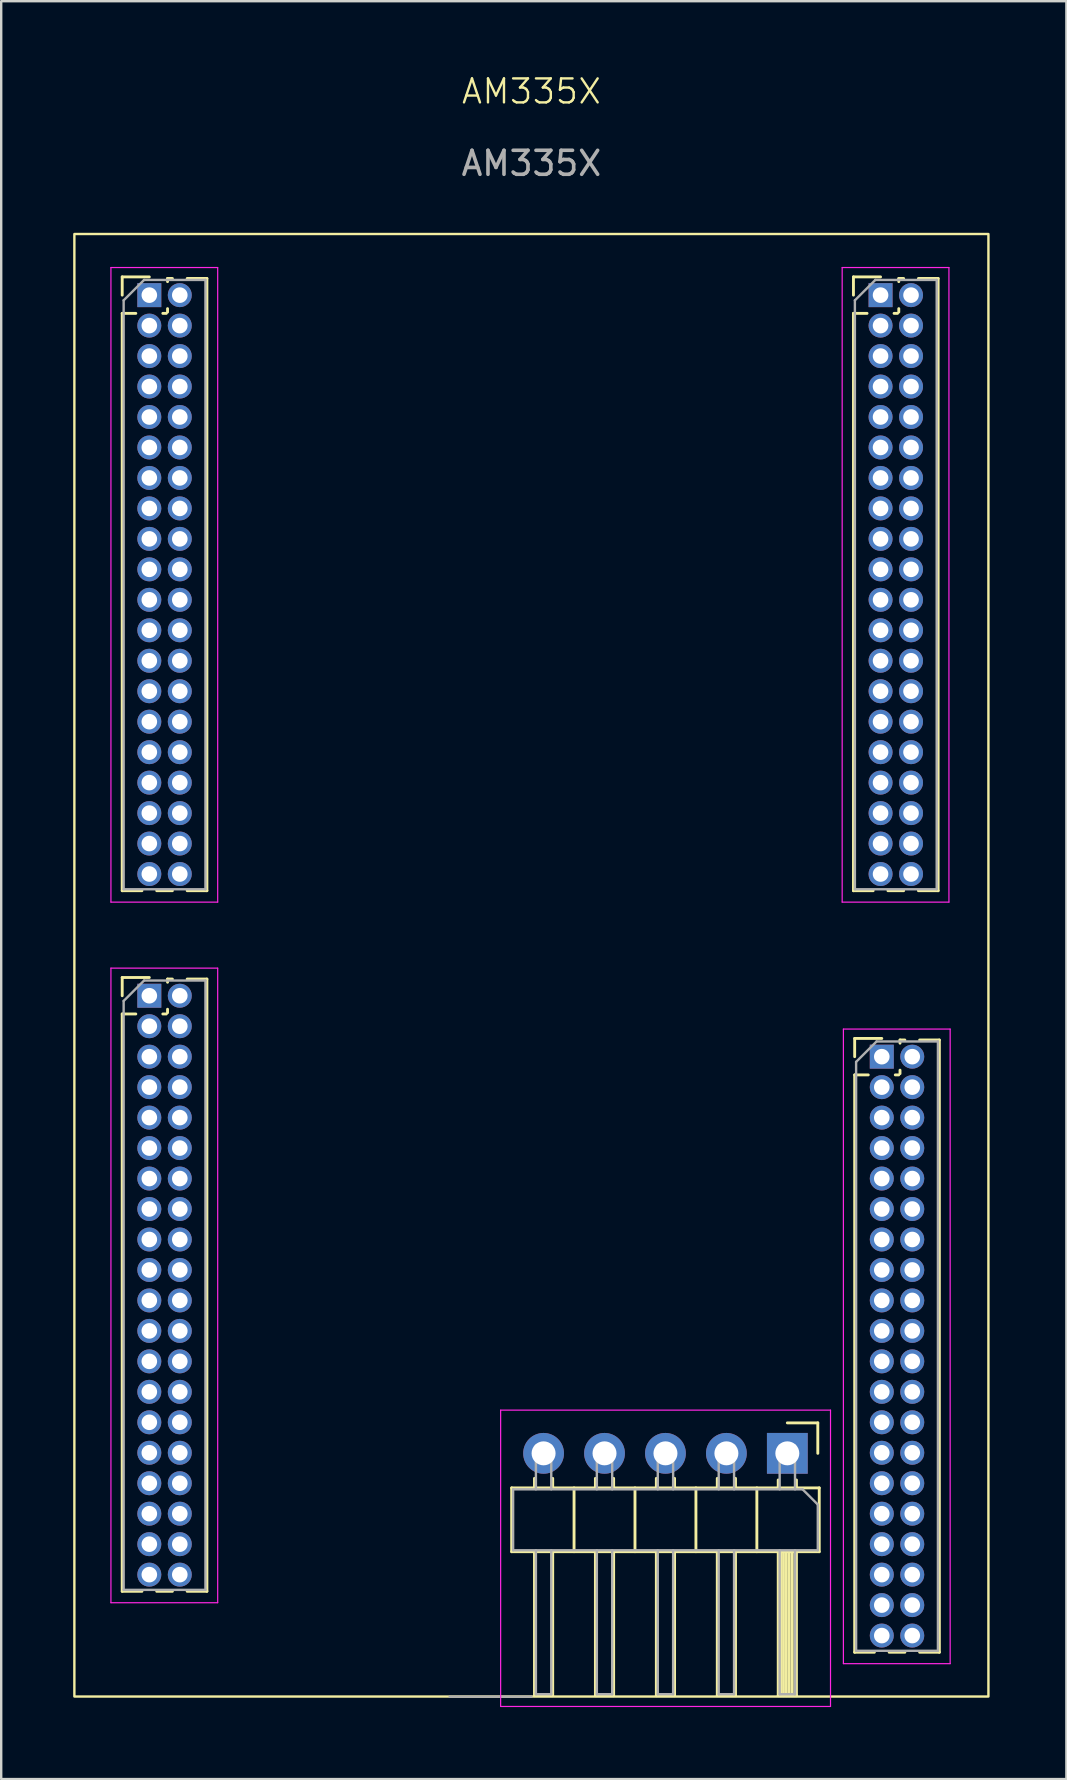
<source format=kicad_pcb>
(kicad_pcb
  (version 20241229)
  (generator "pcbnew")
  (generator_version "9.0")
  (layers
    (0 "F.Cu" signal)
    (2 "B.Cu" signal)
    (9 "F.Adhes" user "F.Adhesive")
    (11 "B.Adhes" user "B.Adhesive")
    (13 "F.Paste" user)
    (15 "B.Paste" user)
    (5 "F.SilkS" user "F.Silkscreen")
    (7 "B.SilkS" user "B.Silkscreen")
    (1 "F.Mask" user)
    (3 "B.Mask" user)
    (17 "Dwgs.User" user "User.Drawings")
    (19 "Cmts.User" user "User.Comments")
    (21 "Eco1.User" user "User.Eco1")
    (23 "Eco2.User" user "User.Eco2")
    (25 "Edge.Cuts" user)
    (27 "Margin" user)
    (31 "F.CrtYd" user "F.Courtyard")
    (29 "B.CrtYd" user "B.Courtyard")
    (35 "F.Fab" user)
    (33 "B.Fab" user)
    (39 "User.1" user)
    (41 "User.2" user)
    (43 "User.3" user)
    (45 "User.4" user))
  (footprint "AM335X"
    (layer "F.Cu")
    (at 38.15 67.665)
    (property "Reference" "AM335X" (at -19.05 -66.905 0) (unlocked yes) (layer "F.SilkS") (effects (font (size 1 1) (thickness 0.1))))
    (attr smd)
    (fp_line (start -36.106 -59.173) (end -34.976 -59.173) (stroke (width 0.12) (type solid)) (layer "F.SilkS"))
    (fp_line (start -36.106 -58.413) (end -36.106 -59.173) (stroke (width 0.12) (type solid)) (layer "F.SilkS"))
    (fp_line (start -36.106 -57.653) (end -36.106 -33.588) (stroke (width 0.12) (type solid)) (layer "F.SilkS"))
    (fp_line (start -36.106 -57.653) (end -35.539 -57.653) (stroke (width 0.12) (type solid)) (layer "F.SilkS"))
    (fp_line (start -36.106 -33.588) (end -35.284 -33.588) (stroke (width 0.12) (type solid)) (layer "F.SilkS"))
    (fp_line (start -36.106 -29.97) (end -34.976 -29.97) (stroke (width 0.12) (type solid)) (layer "F.SilkS"))
    (fp_line (start -36.106 -29.21) (end -36.106 -29.97) (stroke (width 0.12) (type solid)) (layer "F.SilkS"))
    (fp_line (start -36.106 -28.45) (end -36.106 -4.385) (stroke (width 0.12) (type solid)) (layer "F.SilkS"))
    (fp_line (start -36.106 -28.45) (end -35.539 -28.45) (stroke (width 0.12) (type solid)) (layer "F.SilkS"))
    (fp_line (start -36.106 -4.385) (end -35.284 -4.385) (stroke (width 0.12) (type solid)) (layer "F.SilkS"))
    (fp_line (start -34.668 -33.588) (end -34.014 -33.588) (stroke (width 0.12) (type solid)) (layer "F.SilkS"))
    (fp_line (start -34.668 -4.385) (end -34.014 -4.385) (stroke (width 0.12) (type solid)) (layer "F.SilkS"))
    (fp_line (start -34.413 -57.653) (end -34.269 -57.653) (stroke (width 0.12) (type solid)) (layer "F.SilkS"))
    (fp_line (start -34.413 -28.45) (end -34.269 -28.45) (stroke (width 0.12) (type solid)) (layer "F.SilkS"))
    (fp_line (start -34.216 -59.108) (end -34.014 -59.108) (stroke (width 0.12) (type solid)) (layer "F.SilkS"))
    (fp_line (start -34.216 -58.976) (end -34.216 -59.108) (stroke (width 0.12) (type solid)) (layer "F.SilkS"))
    (fp_line (start -34.216 -57.706) (end -34.216 -57.85) (stroke (width 0.12) (type solid)) (layer "F.SilkS"))
    (fp_line (start -34.216 -29.905) (end -34.014 -29.905) (stroke (width 0.12) (type solid)) (layer "F.SilkS"))
    (fp_line (start -34.216 -29.773) (end -34.216 -29.905) (stroke (width 0.12) (type solid)) (layer "F.SilkS"))
    (fp_line (start -34.216 -28.503) (end -34.216 -28.647) (stroke (width 0.12) (type solid)) (layer "F.SilkS"))
    (fp_line (start -33.398 -59.108) (end -32.576 -59.108) (stroke (width 0.12) (type solid)) (layer "F.SilkS"))
    (fp_line (start -33.398 -33.588) (end -32.576 -33.588) (stroke (width 0.12) (type solid)) (layer "F.SilkS"))
    (fp_line (start -33.398 -29.905) (end -32.576 -29.905) (stroke (width 0.12) (type solid)) (layer "F.SilkS"))
    (fp_line (start -33.398 -4.385) (end -32.576 -4.385) (stroke (width 0.12) (type solid)) (layer "F.SilkS"))
    (fp_line (start -32.576 -59.108) (end -32.576 -33.588) (stroke (width 0.12) (type solid)) (layer "F.SilkS"))
    (fp_line (start -32.576 -29.905) (end -32.576 -4.385) (stroke (width 0.12) (type solid)) (layer "F.SilkS"))
    (fp_line (start -19.872 -8.696) (end -19.872 -6.036) (stroke (width 0.12) (type solid)) (layer "F.SilkS"))
    (fp_line (start -19.872 -6.036) (end -7.052 -6.036) (stroke (width 0.12) (type solid)) (layer "F.SilkS"))
    (fp_line (start -18.922 -9.093) (end -18.922 -8.696) (stroke (width 0.12) (type solid)) (layer "F.SilkS"))
    (fp_line (start -18.922 -0.036) (end -18.922 -6.036) (stroke (width 0.12) (type solid)) (layer "F.SilkS"))
    (fp_line (start -18.162 -9.093) (end -18.162 -8.696) (stroke (width 0.12) (type solid)) (layer "F.SilkS"))
    (fp_line (start -18.162 -6.036) (end -18.162 -0.036) (stroke (width 0.12) (type solid)) (layer "F.SilkS"))
    (fp_line (start -18.162 -0.036) (end -18.922 -0.036) (stroke (width 0.12) (type solid)) (layer "F.SilkS"))
    (fp_line (start -17.272 -8.696) (end -17.272 -6.036) (stroke (width 0.12) (type solid)) (layer "F.SilkS"))
    (fp_line (start -16.382 -9.093) (end -16.382 -8.696) (stroke (width 0.12) (type solid)) (layer "F.SilkS"))
    (fp_line (start -16.382 -0.036) (end -16.382 -6.036) (stroke (width 0.12) (type solid)) (layer "F.SilkS"))
    (fp_line (start -15.622 -9.093) (end -15.622 -8.696) (stroke (width 0.12) (type solid)) (layer "F.SilkS"))
    (fp_line (start -15.622 -6.036) (end -15.622 -0.036) (stroke (width 0.12) (type solid)) (layer "F.SilkS"))
    (fp_line (start -15.622 -0.036) (end -16.382 -0.036) (stroke (width 0.12) (type solid)) (layer "F.SilkS"))
    (fp_line (start -14.732 -8.696) (end -14.732 -6.036) (stroke (width 0.12) (type solid)) (layer "F.SilkS"))
    (fp_line (start -13.842 -9.093) (end -13.842 -8.696) (stroke (width 0.12) (type solid)) (layer "F.SilkS"))
    (fp_line (start -13.842 -0.036) (end -13.842 -6.036) (stroke (width 0.12) (type solid)) (layer "F.SilkS"))
    (fp_line (start -13.082 -9.093) (end -13.082 -8.696) (stroke (width 0.12) (type solid)) (layer "F.SilkS"))
    (fp_line (start -13.082 -6.036) (end -13.082 -0.036) (stroke (width 0.12) (type solid)) (layer "F.SilkS"))
    (fp_line (start -13.082 -0.036) (end -13.842 -0.036) (stroke (width 0.12) (type solid)) (layer "F.SilkS"))
    (fp_line (start -12.192 -8.696) (end -12.192 -6.036) (stroke (width 0.12) (type solid)) (layer "F.SilkS"))
    (fp_line (start -11.302 -9.093) (end -11.302 -8.696) (stroke (width 0.12) (type solid)) (layer "F.SilkS"))
    (fp_line (start -11.302 -0.036) (end -11.302 -6.036) (stroke (width 0.12) (type solid)) (layer "F.SilkS"))
    (fp_line (start -10.542 -9.093) (end -10.542 -8.696) (stroke (width 0.12) (type solid)) (layer "F.SilkS"))
    (fp_line (start -10.542 -6.036) (end -10.542 -0.036) (stroke (width 0.12) (type solid)) (layer "F.SilkS"))
    (fp_line (start -10.542 -0.036) (end -11.302 -0.036) (stroke (width 0.12) (type solid)) (layer "F.SilkS"))
    (fp_line (start -9.652 -8.696) (end -9.652 -6.036) (stroke (width 0.12) (type solid)) (layer "F.SilkS"))
    (fp_line (start -8.762 -9.026) (end -8.762 -8.696) (stroke (width 0.12) (type solid)) (layer "F.SilkS"))
    (fp_line (start -8.762 -0.036) (end -8.762 -6.036) (stroke (width 0.12) (type solid)) (layer "F.SilkS"))
    (fp_line (start -8.662 -6.036) (end -8.662 -0.036) (stroke (width 0.12) (type solid)) (layer "F.SilkS"))
    (fp_line (start -8.542 -6.036) (end -8.542 -0.036) (stroke (width 0.12) (type solid)) (layer "F.SilkS"))
    (fp_line (start -8.422 -6.036) (end -8.422 -0.036) (stroke (width 0.12) (type solid)) (layer "F.SilkS"))
    (fp_line (start -8.382 -11.406) (end -7.112 -11.406) (stroke (width 0.12) (type solid)) (layer "F.SilkS"))
    (fp_line (start -8.302 -6.036) (end -8.302 -0.036) (stroke (width 0.12) (type solid)) (layer "F.SilkS"))
    (fp_line (start -8.182 -6.036) (end -8.182 -0.036) (stroke (width 0.12) (type solid)) (layer "F.SilkS"))
    (fp_line (start -8.062 -6.036) (end -8.062 -0.036) (stroke (width 0.12) (type solid)) (layer "F.SilkS"))
    (fp_line (start -8.002 -9.026) (end -8.002 -8.696) (stroke (width 0.12) (type solid)) (layer "F.SilkS"))
    (fp_line (start -8.002 -6.036) (end -8.002 -0.036) (stroke (width 0.12) (type solid)) (layer "F.SilkS"))
    (fp_line (start -8.002 -0.036) (end -8.762 -0.036) (stroke (width 0.12) (type solid)) (layer "F.SilkS"))
    (fp_line (start -7.112 -11.406) (end -7.112 -10.136) (stroke (width 0.12) (type solid)) (layer "F.SilkS"))
    (fp_line (start -7.052 -8.696) (end -19.872 -8.696) (stroke (width 0.12) (type solid)) (layer "F.SilkS"))
    (fp_line (start -7.052 -6.036) (end -7.052 -8.696) (stroke (width 0.12) (type solid)) (layer "F.SilkS"))
    (fp_line (start -5.626 -59.173) (end -4.496 -59.173) (stroke (width 0.12) (type solid)) (layer "F.SilkS"))
    (fp_line (start -5.626 -58.413) (end -5.626 -59.173) (stroke (width 0.12) (type solid)) (layer "F.SilkS"))
    (fp_line (start -5.626 -57.653) (end -5.626 -33.588) (stroke (width 0.12) (type solid)) (layer "F.SilkS"))
    (fp_line (start -5.626 -57.653) (end -5.059 -57.653) (stroke (width 0.12) (type solid)) (layer "F.SilkS"))
    (fp_line (start -5.626 -33.588) (end -4.804 -33.588) (stroke (width 0.12) (type solid)) (layer "F.SilkS"))
    (fp_line (start -5.575 -27.43) (end -4.445 -27.43) (stroke (width 0.12) (type solid)) (layer "F.SilkS"))
    (fp_line (start -5.575 -26.67) (end -5.575 -27.43) (stroke (width 0.12) (type solid)) (layer "F.SilkS"))
    (fp_line (start -5.575 -25.91) (end -5.575 -1.845) (stroke (width 0.12) (type solid)) (layer "F.SilkS"))
    (fp_line (start -5.575 -25.91) (end -5.008 -25.91) (stroke (width 0.12) (type solid)) (layer "F.SilkS"))
    (fp_line (start -5.575 -1.845) (end -4.753 -1.845) (stroke (width 0.12) (type solid)) (layer "F.SilkS"))
    (fp_line (start -4.188 -33.588) (end -3.534 -33.588) (stroke (width 0.12) (type solid)) (layer "F.SilkS"))
    (fp_line (start -4.137 -1.845) (end -3.483 -1.845) (stroke (width 0.12) (type solid)) (layer "F.SilkS"))
    (fp_line (start -3.933 -57.653) (end -3.789 -57.653) (stroke (width 0.12) (type solid)) (layer "F.SilkS"))
    (fp_line (start -3.882 -25.91) (end -3.738 -25.91) (stroke (width 0.12) (type solid)) (layer "F.SilkS"))
    (fp_line (start -3.736 -59.108) (end -3.534 -59.108) (stroke (width 0.12) (type solid)) (layer "F.SilkS"))
    (fp_line (start -3.736 -58.976) (end -3.736 -59.108) (stroke (width 0.12) (type solid)) (layer "F.SilkS"))
    (fp_line (start -3.736 -57.706) (end -3.736 -57.85) (stroke (width 0.12) (type solid)) (layer "F.SilkS"))
    (fp_line (start -3.685 -27.365) (end -3.483 -27.365) (stroke (width 0.12) (type solid)) (layer "F.SilkS"))
    (fp_line (start -3.685 -27.233) (end -3.685 -27.365) (stroke (width 0.12) (type solid)) (layer "F.SilkS"))
    (fp_line (start -3.685 -25.963) (end -3.685 -26.107) (stroke (width 0.12) (type solid)) (layer "F.SilkS"))
    (fp_line (start -2.918 -59.108) (end -2.096 -59.108) (stroke (width 0.12) (type solid)) (layer "F.SilkS"))
    (fp_line (start -2.918 -33.588) (end -2.096 -33.588) (stroke (width 0.12) (type solid)) (layer "F.SilkS"))
    (fp_line (start -2.867 -27.365) (end -2.045 -27.365) (stroke (width 0.12) (type solid)) (layer "F.SilkS"))
    (fp_line (start -2.867 -1.845) (end -2.045 -1.845) (stroke (width 0.12) (type solid)) (layer "F.SilkS"))
    (fp_line (start -2.096 -59.108) (end -2.096 -33.588) (stroke (width 0.12) (type solid)) (layer "F.SilkS"))
    (fp_line (start -2.045 -27.365) (end -2.045 -1.845) (stroke (width 0.12) (type solid)) (layer "F.SilkS"))
    (fp_rect (start -38.1 -60.96) (end 0 0) (stroke (width 0.1) (type solid)) (fill no) (layer "F.SilkS"))
    (fp_line (start -36.576 -59.563) (end -36.576 -33.113) (stroke (width 0.05) (type solid)) (layer "F.CrtYd"))
    (fp_line (start -36.576 -33.113) (end -32.126 -33.113) (stroke (width 0.05) (type solid)) (layer "F.CrtYd"))
    (fp_line (start -36.576 -30.36) (end -36.576 -3.91) (stroke (width 0.05) (type solid)) (layer "F.CrtYd"))
    (fp_line (start -36.576 -3.91) (end -32.126 -3.91) (stroke (width 0.05) (type solid)) (layer "F.CrtYd"))
    (fp_line (start -32.126 -59.563) (end -36.576 -59.563) (stroke (width 0.05) (type solid)) (layer "F.CrtYd"))
    (fp_line (start -32.126 -33.113) (end -32.126 -59.563) (stroke (width 0.05) (type solid)) (layer "F.CrtYd"))
    (fp_line (start -32.126 -30.36) (end -36.576 -30.36) (stroke (width 0.05) (type solid)) (layer "F.CrtYd"))
    (fp_line (start -32.126 -3.91) (end -32.126 -30.36) (stroke (width 0.05) (type solid)) (layer "F.CrtYd"))
    (fp_line (start -20.332 -11.936) (end -20.332 0.414) (stroke (width 0.05) (type solid)) (layer "F.CrtYd"))
    (fp_line (start -20.332 0.414) (end -6.582 0.414) (stroke (width 0.05) (type solid)) (layer "F.CrtYd"))
    (fp_line (start -6.582 -11.936) (end -20.332 -11.936) (stroke (width 0.05) (type solid)) (layer "F.CrtYd"))
    (fp_line (start -6.582 0.414) (end -6.582 -11.936) (stroke (width 0.05) (type solid)) (layer "F.CrtYd"))
    (fp_line (start -6.096 -59.563) (end -6.096 -33.113) (stroke (width 0.05) (type solid)) (layer "F.CrtYd"))
    (fp_line (start -6.096 -33.113) (end -1.646 -33.113) (stroke (width 0.05) (type solid)) (layer "F.CrtYd"))
    (fp_line (start -6.045 -27.82) (end -6.045 -1.37) (stroke (width 0.05) (type solid)) (layer "F.CrtYd"))
    (fp_line (start -6.045 -1.37) (end -1.595 -1.37) (stroke (width 0.05) (type solid)) (layer "F.CrtYd"))
    (fp_line (start -1.646 -59.563) (end -6.096 -59.563) (stroke (width 0.05) (type solid)) (layer "F.CrtYd"))
    (fp_line (start -1.646 -33.113) (end -1.646 -59.563) (stroke (width 0.05) (type solid)) (layer "F.CrtYd"))
    (fp_line (start -1.595 -27.82) (end -6.045 -27.82) (stroke (width 0.05) (type solid)) (layer "F.CrtYd"))
    (fp_line (start -1.595 -1.37) (end -1.595 -27.82) (stroke (width 0.05) (type solid)) (layer "F.CrtYd"))
    (fp_line (start -36.046 -58.196) (end -35.194 -59.048) (stroke (width 0.1) (type solid)) (layer "F.Fab"))
    (fp_line (start -36.046 -33.648) (end -36.046 -58.196) (stroke (width 0.1) (type solid)) (layer "F.Fab"))
    (fp_line (start -36.046 -28.992) (end -35.194 -29.845) (stroke (width 0.1) (type solid)) (layer "F.Fab"))
    (fp_line (start -36.046 -4.445) (end -36.046 -28.992) (stroke (width 0.1) (type solid)) (layer "F.Fab"))
    (fp_line (start -35.194 -59.048) (end -32.636 -59.048) (stroke (width 0.1) (type solid)) (layer "F.Fab"))
    (fp_line (start -35.194 -29.845) (end -32.636 -29.845) (stroke (width 0.1) (type solid)) (layer "F.Fab"))
    (fp_line (start -32.636 -59.048) (end -32.636 -33.648) (stroke (width 0.1) (type solid)) (layer "F.Fab"))
    (fp_line (start -32.636 -33.648) (end -36.046 -33.648) (stroke (width 0.1) (type solid)) (layer "F.Fab"))
    (fp_line (start -32.636 -29.845) (end -32.636 -4.445) (stroke (width 0.1) (type solid)) (layer "F.Fab"))
    (fp_line (start -32.636 -4.445) (end -36.046 -4.445) (stroke (width 0.1) (type solid)) (layer "F.Fab"))
    (fp_line (start -19.812 -8.636) (end -7.747 -8.636) (stroke (width 0.1) (type solid)) (layer "F.Fab"))
    (fp_line (start -19.812 -6.096) (end -19.812 -8.636) (stroke (width 0.1) (type solid)) (layer "F.Fab"))
    (fp_line (start -19.047 0.007) (end -22.457 0.007) (stroke (width 0.1) (type solid)) (layer "F.Fab"))
    (fp_line (start -18.862 -10.456) (end -18.862 -8.636) (stroke (width 0.1) (type solid)) (layer "F.Fab"))
    (fp_line (start -18.862 -6.096) (end -18.862 -0.096) (stroke (width 0.1) (type solid)) (layer "F.Fab"))
    (fp_line (start -18.222 -10.456) (end -18.862 -10.456) (stroke (width 0.1) (type solid)) (layer "F.Fab"))
    (fp_line (start -18.222 -10.456) (end -18.222 -8.636) (stroke (width 0.1) (type solid)) (layer "F.Fab"))
    (fp_line (start -18.222 -6.096) (end -18.222 -0.096) (stroke (width 0.1) (type solid)) (layer "F.Fab"))
    (fp_line (start -18.222 -0.096) (end -18.862 -0.096) (stroke (width 0.1) (type solid)) (layer "F.Fab"))
    (fp_line (start -16.322 -10.456) (end -16.322 -8.636) (stroke (width 0.1) (type solid)) (layer "F.Fab"))
    (fp_line (start -16.322 -6.096) (end -16.322 -0.096) (stroke (width 0.1) (type solid)) (layer "F.Fab"))
    (fp_line (start -15.682 -10.456) (end -16.322 -10.456) (stroke (width 0.1) (type solid)) (layer "F.Fab"))
    (fp_line (start -15.682 -10.456) (end -15.682 -8.636) (stroke (width 0.1) (type solid)) (layer "F.Fab"))
    (fp_line (start -15.682 -6.096) (end -15.682 -0.096) (stroke (width 0.1) (type solid)) (layer "F.Fab"))
    (fp_line (start -15.682 -0.096) (end -16.322 -0.096) (stroke (width 0.1) (type solid)) (layer "F.Fab"))
    (fp_line (start -13.782 -10.456) (end -13.782 -8.636) (stroke (width 0.1) (type solid)) (layer "F.Fab"))
    (fp_line (start -13.782 -6.096) (end -13.782 -0.096) (stroke (width 0.1) (type solid)) (layer "F.Fab"))
    (fp_line (start -13.142 -10.456) (end -13.782 -10.456) (stroke (width 0.1) (type solid)) (layer "F.Fab"))
    (fp_line (start -13.142 -10.456) (end -13.142 -8.636) (stroke (width 0.1) (type solid)) (layer "F.Fab"))
    (fp_line (start -13.142 -6.096) (end -13.142 -0.096) (stroke (width 0.1) (type solid)) (layer "F.Fab"))
    (fp_line (start -13.142 -0.096) (end -13.782 -0.096) (stroke (width 0.1) (type solid)) (layer "F.Fab"))
    (fp_line (start -11.242 -10.456) (end -11.242 -8.636) (stroke (width 0.1) (type solid)) (layer "F.Fab"))
    (fp_line (start -11.242 -6.096) (end -11.242 -0.096) (stroke (width 0.1) (type solid)) (layer "F.Fab"))
    (fp_line (start -10.602 -10.456) (end -11.242 -10.456) (stroke (width 0.1) (type solid)) (layer "F.Fab"))
    (fp_line (start -10.602 -10.456) (end -10.602 -8.636) (stroke (width 0.1) (type solid)) (layer "F.Fab"))
    (fp_line (start -10.602 -6.096) (end -10.602 -0.096) (stroke (width 0.1) (type solid)) (layer "F.Fab"))
    (fp_line (start -10.602 -0.096) (end -11.242 -0.096) (stroke (width 0.1) (type solid)) (layer "F.Fab"))
    (fp_line (start -8.702 -10.456) (end -8.702 -8.636) (stroke (width 0.1) (type solid)) (layer "F.Fab"))
    (fp_line (start -8.702 -6.096) (end -8.702 -0.096) (stroke (width 0.1) (type solid)) (layer "F.Fab"))
    (fp_line (start -8.062 -10.456) (end -8.702 -10.456) (stroke (width 0.1) (type solid)) (layer "F.Fab"))
    (fp_line (start -8.062 -10.456) (end -8.062 -8.636) (stroke (width 0.1) (type solid)) (layer "F.Fab"))
    (fp_line (start -8.062 -6.096) (end -8.062 -0.096) (stroke (width 0.1) (type solid)) (layer "F.Fab"))
    (fp_line (start -8.062 -0.096) (end -8.702 -0.096) (stroke (width 0.1) (type solid)) (layer "F.Fab"))
    (fp_line (start -7.747 -8.636) (end -7.112 -8.001) (stroke (width 0.1) (type solid)) (layer "F.Fab"))
    (fp_line (start -7.112 -8.001) (end -7.112 -6.096) (stroke (width 0.1) (type solid)) (layer "F.Fab"))
    (fp_line (start -7.112 -6.096) (end -19.812 -6.096) (stroke (width 0.1) (type solid)) (layer "F.Fab"))
    (fp_line (start -5.566 -58.196) (end -4.713 -59.048) (stroke (width 0.1) (type solid)) (layer "F.Fab"))
    (fp_line (start -5.566 -33.648) (end -5.566 -58.196) (stroke (width 0.1) (type solid)) (layer "F.Fab"))
    (fp_line (start -5.515 -26.453) (end -4.662 -27.305) (stroke (width 0.1) (type solid)) (layer "F.Fab"))
    (fp_line (start -5.515 -1.905) (end -5.515 -26.453) (stroke (width 0.1) (type solid)) (layer "F.Fab"))
    (fp_line (start -4.713 -59.048) (end -2.156 -59.048) (stroke (width 0.1) (type solid)) (layer "F.Fab"))
    (fp_line (start -4.662 -27.305) (end -2.105 -27.305) (stroke (width 0.1) (type solid)) (layer "F.Fab"))
    (fp_line (start -2.156 -59.048) (end -2.156 -33.648) (stroke (width 0.1) (type solid)) (layer "F.Fab"))
    (fp_line (start -2.156 -33.648) (end -5.566 -33.648) (stroke (width 0.1) (type solid)) (layer "F.Fab"))
    (fp_line (start -2.105 -27.305) (end -2.105 -1.905) (stroke (width 0.1) (type solid)) (layer "F.Fab"))
    (fp_line (start -2.105 -1.905) (end -5.515 -1.905) (stroke (width 0.1) (type solid)) (layer "F.Fab"))
    (fp_text user "${REFERENCE}" (at -19.05 -63.905 0) (unlocked yes) (layer "F.Fab") (effects (font (size 1 1) (thickness 0.15))))
    (pad "1" thru_hole rect (at -34.976 -58.413) (size 1 1) (drill 0.65) (layers "*.Cu" "*.Mask"))
    (pad "2" thru_hole oval (at -33.706 -58.413) (size 1 1) (drill 0.65) (layers "*.Cu" "*.Mask"))
    (pad "3" thru_hole oval (at -34.976 -57.143) (size 1 1) (drill 0.65) (layers "*.Cu" "*.Mask"))
    (pad "4" thru_hole oval (at -33.706 -57.143) (size 1 1) (drill 0.65) (layers "*.Cu" "*.Mask"))
    (pad "5" thru_hole oval (at -34.976 -55.873) (size 1 1) (drill 0.65) (layers "*.Cu" "*.Mask"))
    (pad "6" thru_hole oval (at -33.706 -55.873) (size 1 1) (drill 0.65) (layers "*.Cu" "*.Mask"))
    (pad "7" thru_hole oval (at -34.976 -54.603) (size 1 1) (drill 0.65) (layers "*.Cu" "*.Mask"))
    (pad "8" thru_hole oval (at -33.706 -54.603) (size 1 1) (drill 0.65) (layers "*.Cu" "*.Mask"))
    (pad "9" thru_hole oval (at -34.976 -53.333) (size 1 1) (drill 0.65) (layers "*.Cu" "*.Mask"))
    (pad "10" thru_hole oval (at -33.706 -53.333) (size 1 1) (drill 0.65) (layers "*.Cu" "*.Mask"))
    (pad "11" thru_hole oval (at -34.976 -52.063) (size 1 1) (drill 0.65) (layers "*.Cu" "*.Mask"))
    (pad "12" thru_hole oval (at -33.706 -52.063) (size 1 1) (drill 0.65) (layers "*.Cu" "*.Mask"))
    (pad "13" thru_hole oval (at -34.976 -50.793) (size 1 1) (drill 0.65) (layers "*.Cu" "*.Mask"))
    (pad "14" thru_hole oval (at -33.706 -50.793) (size 1 1) (drill 0.65) (layers "*.Cu" "*.Mask"))
    (pad "15" thru_hole oval (at -34.976 -49.523) (size 1 1) (drill 0.65) (layers "*.Cu" "*.Mask"))
    (pad "16" thru_hole oval (at -33.706 -49.523) (size 1 1) (drill 0.65) (layers "*.Cu" "*.Mask"))
    (pad "17" thru_hole oval (at -34.976 -48.253) (size 1 1) (drill 0.65) (layers "*.Cu" "*.Mask"))
    (pad "18" thru_hole oval (at -33.706 -48.253) (size 1 1) (drill 0.65) (layers "*.Cu" "*.Mask"))
    (pad "19" thru_hole oval (at -34.976 -46.983) (size 1 1) (drill 0.65) (layers "*.Cu" "*.Mask"))
    (pad "20" thru_hole oval (at -33.706 -46.983) (size 1 1) (drill 0.65) (layers "*.Cu" "*.Mask"))
    (pad "21" thru_hole oval (at -34.976 -45.713) (size 1 1) (drill 0.65) (layers "*.Cu" "*.Mask"))
    (pad "22" thru_hole oval (at -33.706 -45.713) (size 1 1) (drill 0.65) (layers "*.Cu" "*.Mask"))
    (pad "23" thru_hole oval (at -34.976 -44.443) (size 1 1) (drill 0.65) (layers "*.Cu" "*.Mask"))
    (pad "24" thru_hole oval (at -33.706 -44.443) (size 1 1) (drill 0.65) (layers "*.Cu" "*.Mask"))
    (pad "25" thru_hole oval (at -34.976 -43.173) (size 1 1) (drill 0.65) (layers "*.Cu" "*.Mask"))
    (pad "26" thru_hole oval (at -33.706 -43.173) (size 1 1) (drill 0.65) (layers "*.Cu" "*.Mask"))
    (pad "27" thru_hole oval (at -34.976 -41.903) (size 1 1) (drill 0.65) (layers "*.Cu" "*.Mask"))
    (pad "28" thru_hole oval (at -33.706 -41.903) (size 1 1) (drill 0.65) (layers "*.Cu" "*.Mask"))
    (pad "29" thru_hole oval (at -34.976 -40.633) (size 1 1) (drill 0.65) (layers "*.Cu" "*.Mask"))
    (pad "30" thru_hole oval (at -33.706 -40.633) (size 1 1) (drill 0.65) (layers "*.Cu" "*.Mask"))
    (pad "31" thru_hole oval (at -34.976 -39.363) (size 1 1) (drill 0.65) (layers "*.Cu" "*.Mask"))
    (pad "32" thru_hole oval (at -33.706 -39.363) (size 1 1) (drill 0.65) (layers "*.Cu" "*.Mask"))
    (pad "33" thru_hole oval (at -34.976 -38.093) (size 1 1) (drill 0.65) (layers "*.Cu" "*.Mask"))
    (pad "34" thru_hole oval (at -33.706 -38.093) (size 1 1) (drill 0.65) (layers "*.Cu" "*.Mask"))
    (pad "35" thru_hole oval (at -34.976 -36.823) (size 1 1) (drill 0.65) (layers "*.Cu" "*.Mask"))
    (pad "36" thru_hole oval (at -33.706 -36.823) (size 1 1) (drill 0.65) (layers "*.Cu" "*.Mask"))
    (pad "37" thru_hole oval (at -34.976 -35.553) (size 1 1) (drill 0.65) (layers "*.Cu" "*.Mask"))
    (pad "38" thru_hole oval (at -33.706 -35.553) (size 1 1) (drill 0.65) (layers "*.Cu" "*.Mask"))
    (pad "39" thru_hole oval (at -34.976 -34.283) (size 1 1) (drill 0.65) (layers "*.Cu" "*.Mask"))
    (pad "40" thru_hole oval (at -33.706 -34.283) (size 1 1) (drill 0.65) (layers "*.Cu" "*.Mask"))
    (pad "41" thru_hole rect (at -34.976 -29.21) (size 1 1) (drill 0.65) (layers "*.Cu" "*.Mask"))
    (pad "42" thru_hole oval (at -33.706 -29.21) (size 1 1) (drill 0.65) (layers "*.Cu" "*.Mask"))
    (pad "43" thru_hole oval (at -34.976 -27.94) (size 1 1) (drill 0.65) (layers "*.Cu" "*.Mask"))
    (pad "44" thru_hole oval (at -33.706 -27.94) (size 1 1) (drill 0.65) (layers "*.Cu" "*.Mask"))
    (pad "45" thru_hole oval (at -34.976 -26.67) (size 1 1) (drill 0.65) (layers "*.Cu" "*.Mask"))
    (pad "46" thru_hole oval (at -33.706 -26.67) (size 1 1) (drill 0.65) (layers "*.Cu" "*.Mask"))
    (pad "47" thru_hole oval (at -34.976 -25.4) (size 1 1) (drill 0.65) (layers "*.Cu" "*.Mask"))
    (pad "48" thru_hole oval (at -33.706 -25.4) (size 1 1) (drill 0.65) (layers "*.Cu" "*.Mask"))
    (pad "49" thru_hole oval (at -34.976 -24.13) (size 1 1) (drill 0.65) (layers "*.Cu" "*.Mask"))
    (pad "50" thru_hole oval (at -33.706 -24.13) (size 1 1) (drill 0.65) (layers "*.Cu" "*.Mask"))
    (pad "51" thru_hole oval (at -34.976 -22.86) (size 1 1) (drill 0.65) (layers "*.Cu" "*.Mask"))
    (pad "52" thru_hole oval (at -33.706 -22.86) (size 1 1) (drill 0.65) (layers "*.Cu" "*.Mask"))
    (pad "53" thru_hole oval (at -34.976 -21.59) (size 1 1) (drill 0.65) (layers "*.Cu" "*.Mask"))
    (pad "54" thru_hole oval (at -33.706 -21.59) (size 1 1) (drill 0.65) (layers "*.Cu" "*.Mask"))
    (pad "55" thru_hole oval (at -34.976 -20.32) (size 1 1) (drill 0.65) (layers "*.Cu" "*.Mask"))
    (pad "56" thru_hole oval (at -33.706 -20.32) (size 1 1) (drill 0.65) (layers "*.Cu" "*.Mask"))
    (pad "57" thru_hole oval (at -34.976 -19.05) (size 1 1) (drill 0.65) (layers "*.Cu" "*.Mask"))
    (pad "58" thru_hole oval (at -33.706 -19.05) (size 1 1) (drill 0.65) (layers "*.Cu" "*.Mask"))
    (pad "59" thru_hole oval (at -34.976 -17.78) (size 1 1) (drill 0.65) (layers "*.Cu" "*.Mask"))
    (pad "60" thru_hole oval (at -33.706 -17.78) (size 1 1) (drill 0.65) (layers "*.Cu" "*.Mask"))
    (pad "61" thru_hole oval (at -34.976 -16.51) (size 1 1) (drill 0.65) (layers "*.Cu" "*.Mask"))
    (pad "62" thru_hole oval (at -33.706 -16.51) (size 1 1) (drill 0.65) (layers "*.Cu" "*.Mask"))
    (pad "63" thru_hole oval (at -34.976 -15.24) (size 1 1) (drill 0.65) (layers "*.Cu" "*.Mask"))
    (pad "64" thru_hole oval (at -33.706 -15.24) (size 1 1) (drill 0.65) (layers "*.Cu" "*.Mask"))
    (pad "65" thru_hole oval (at -34.976 -13.97) (size 1 1) (drill 0.65) (layers "*.Cu" "*.Mask"))
    (pad "66" thru_hole oval (at -33.706 -13.97) (size 1 1) (drill 0.65) (layers "*.Cu" "*.Mask"))
    (pad "67" thru_hole oval (at -34.976 -12.7) (size 1 1) (drill 0.65) (layers "*.Cu" "*.Mask"))
    (pad "68" thru_hole oval (at -33.706 -12.7) (size 1 1) (drill 0.65) (layers "*.Cu" "*.Mask"))
    (pad "69" thru_hole oval (at -34.976 -11.43) (size 1 1) (drill 0.65) (layers "*.Cu" "*.Mask"))
    (pad "70" thru_hole oval (at -33.706 -11.43) (size 1 1) (drill 0.65) (layers "*.Cu" "*.Mask"))
    (pad "71" thru_hole oval (at -34.976 -10.16) (size 1 1) (drill 0.65) (layers "*.Cu" "*.Mask"))
    (pad "72" thru_hole oval (at -33.706 -10.16) (size 1 1) (drill 0.65) (layers "*.Cu" "*.Mask"))
    (pad "73" thru_hole oval (at -34.976 -8.89) (size 1 1) (drill 0.65) (layers "*.Cu" "*.Mask"))
    (pad "74" thru_hole oval (at -33.706 -8.89) (size 1 1) (drill 0.65) (layers "*.Cu" "*.Mask"))
    (pad "75" thru_hole oval (at -34.976 -7.62) (size 1 1) (drill 0.65) (layers "*.Cu" "*.Mask"))
    (pad "76" thru_hole oval (at -33.706 -7.62) (size 1 1) (drill 0.65) (layers "*.Cu" "*.Mask"))
    (pad "77" thru_hole oval (at -34.976 -6.35) (size 1 1) (drill 0.65) (layers "*.Cu" "*.Mask"))
    (pad "78" thru_hole oval (at -33.706 -6.35) (size 1 1) (drill 0.65) (layers "*.Cu" "*.Mask"))
    (pad "79" thru_hole oval (at -34.976 -5.08) (size 1 1) (drill 0.65) (layers "*.Cu" "*.Mask"))
    (pad "80" thru_hole oval (at -33.706 -5.08) (size 1 1) (drill 0.65) (layers "*.Cu" "*.Mask"))
    (pad "81" thru_hole rect (at -4.496 -58.413) (size 1 1) (drill 0.65) (layers "*.Cu" "*.Mask"))
    (pad "82" thru_hole oval (at -3.226 -58.413) (size 1 1) (drill 0.65) (layers "*.Cu" "*.Mask"))
    (pad "83" thru_hole oval (at -4.496 -57.143) (size 1 1) (drill 0.65) (layers "*.Cu" "*.Mask"))
    (pad "84" thru_hole oval (at -3.226 -57.143) (size 1 1) (drill 0.65) (layers "*.Cu" "*.Mask"))
    (pad "85" thru_hole oval (at -4.496 -55.873) (size 1 1) (drill 0.65) (layers "*.Cu" "*.Mask"))
    (pad "86" thru_hole oval (at -3.226 -55.873) (size 1 1) (drill 0.65) (layers "*.Cu" "*.Mask"))
    (pad "87" thru_hole oval (at -4.496 -54.603) (size 1 1) (drill 0.65) (layers "*.Cu" "*.Mask"))
    (pad "88" thru_hole oval (at -3.226 -54.603) (size 1 1) (drill 0.65) (layers "*.Cu" "*.Mask"))
    (pad "89" thru_hole oval (at -4.496 -53.333) (size 1 1) (drill 0.65) (layers "*.Cu" "*.Mask"))
    (pad "90" thru_hole oval (at -3.226 -53.333) (size 1 1) (drill 0.65) (layers "*.Cu" "*.Mask"))
    (pad "91" thru_hole oval (at -4.496 -52.063) (size 1 1) (drill 0.65) (layers "*.Cu" "*.Mask"))
    (pad "92" thru_hole oval (at -3.226 -52.063) (size 1 1) (drill 0.65) (layers "*.Cu" "*.Mask"))
    (pad "93" thru_hole oval (at -4.496 -50.793) (size 1 1) (drill 0.65) (layers "*.Cu" "*.Mask"))
    (pad "94" thru_hole oval (at -3.226 -50.793) (size 1 1) (drill 0.65) (layers "*.Cu" "*.Mask"))
    (pad "95" thru_hole oval (at -4.496 -49.523) (size 1 1) (drill 0.65) (layers "*.Cu" "*.Mask"))
    (pad "96" thru_hole oval (at -3.226 -49.523) (size 1 1) (drill 0.65) (layers "*.Cu" "*.Mask"))
    (pad "97" thru_hole oval (at -4.496 -48.253) (size 1 1) (drill 0.65) (layers "*.Cu" "*.Mask"))
    (pad "98" thru_hole oval (at -3.226 -48.253) (size 1 1) (drill 0.65) (layers "*.Cu" "*.Mask"))
    (pad "99" thru_hole oval (at -4.496 -46.983) (size 1 1) (drill 0.65) (layers "*.Cu" "*.Mask"))
    (pad "100" thru_hole oval (at -3.226 -46.983) (size 1 1) (drill 0.65) (layers "*.Cu" "*.Mask"))
    (pad "101" thru_hole oval (at -4.496 -45.713) (size 1 1) (drill 0.65) (layers "*.Cu" "*.Mask"))
    (pad "102" thru_hole oval (at -3.226 -45.713) (size 1 1) (drill 0.65) (layers "*.Cu" "*.Mask"))
    (pad "103" thru_hole oval (at -4.496 -44.443) (size 1 1) (drill 0.65) (layers "*.Cu" "*.Mask"))
    (pad "104" thru_hole oval (at -3.226 -44.443) (size 1 1) (drill 0.65) (layers "*.Cu" "*.Mask"))
    (pad "105" thru_hole oval (at -4.496 -43.173) (size 1 1) (drill 0.65) (layers "*.Cu" "*.Mask"))
    (pad "106" thru_hole oval (at -3.226 -43.173) (size 1 1) (drill 0.65) (layers "*.Cu" "*.Mask"))
    (pad "107" thru_hole oval (at -4.496 -41.903) (size 1 1) (drill 0.65) (layers "*.Cu" "*.Mask"))
    (pad "108" thru_hole oval (at -3.226 -41.903) (size 1 1) (drill 0.65) (layers "*.Cu" "*.Mask"))
    (pad "109" thru_hole oval (at -4.496 -40.633) (size 1 1) (drill 0.65) (layers "*.Cu" "*.Mask"))
    (pad "110" thru_hole oval (at -3.226 -40.633) (size 1 1) (drill 0.65) (layers "*.Cu" "*.Mask"))
    (pad "111" thru_hole oval (at -4.496 -39.363) (size 1 1) (drill 0.65) (layers "*.Cu" "*.Mask"))
    (pad "112" thru_hole oval (at -3.226 -39.363) (size 1 1) (drill 0.65) (layers "*.Cu" "*.Mask"))
    (pad "113" thru_hole oval (at -4.496 -38.093) (size 1 1) (drill 0.65) (layers "*.Cu" "*.Mask"))
    (pad "114" thru_hole oval (at -3.226 -38.093) (size 1 1) (drill 0.65) (layers "*.Cu" "*.Mask"))
    (pad "115" thru_hole oval (at -4.496 -36.823) (size 1 1) (drill 0.65) (layers "*.Cu" "*.Mask"))
    (pad "116" thru_hole oval (at -3.226 -36.823) (size 1 1) (drill 0.65) (layers "*.Cu" "*.Mask"))
    (pad "117" thru_hole oval (at -4.496 -35.553) (size 1 1) (drill 0.65) (layers "*.Cu" "*.Mask"))
    (pad "118" thru_hole oval (at -3.226 -35.553) (size 1 1) (drill 0.65) (layers "*.Cu" "*.Mask"))
    (pad "119" thru_hole oval (at -4.496 -34.283) (size 1 1) (drill 0.65) (layers "*.Cu" "*.Mask"))
    (pad "120" thru_hole oval (at -3.226 -34.283) (size 1 1) (drill 0.65) (layers "*.Cu" "*.Mask"))
    (pad "121" thru_hole rect (at -4.445 -26.67) (size 1 1) (drill 0.65) (layers "*.Cu" "*.Mask"))
    (pad "122" thru_hole oval (at -3.175 -26.67) (size 1 1) (drill 0.65) (layers "*.Cu" "*.Mask"))
    (pad "123" thru_hole oval (at -4.445 -25.4) (size 1 1) (drill 0.65) (layers "*.Cu" "*.Mask"))
    (pad "124" thru_hole oval (at -3.175 -25.4) (size 1 1) (drill 0.65) (layers "*.Cu" "*.Mask"))
    (pad "125" thru_hole oval (at -4.445 -24.13) (size 1 1) (drill 0.65) (layers "*.Cu" "*.Mask"))
    (pad "126" thru_hole oval (at -3.175 -24.13) (size 1 1) (drill 0.65) (layers "*.Cu" "*.Mask"))
    (pad "127" thru_hole oval (at -4.445 -22.86) (size 1 1) (drill 0.65) (layers "*.Cu" "*.Mask"))
    (pad "128" thru_hole oval (at -3.175 -22.86) (size 1 1) (drill 0.65) (layers "*.Cu" "*.Mask"))
    (pad "129" thru_hole oval (at -4.445 -21.59) (size 1 1) (drill 0.65) (layers "*.Cu" "*.Mask"))
    (pad "130" thru_hole oval (at -3.175 -21.59) (size 1 1) (drill 0.65) (layers "*.Cu" "*.Mask"))
    (pad "131" thru_hole oval (at -4.445 -20.32) (size 1 1) (drill 0.65) (layers "*.Cu" "*.Mask"))
    (pad "132" thru_hole oval (at -3.175 -20.32) (size 1 1) (drill 0.65) (layers "*.Cu" "*.Mask"))
    (pad "133" thru_hole oval (at -4.445 -19.05) (size 1 1) (drill 0.65) (layers "*.Cu" "*.Mask"))
    (pad "134" thru_hole oval (at -3.175 -19.05) (size 1 1) (drill 0.65) (layers "*.Cu" "*.Mask"))
    (pad "135" thru_hole oval (at -4.445 -17.78) (size 1 1) (drill 0.65) (layers "*.Cu" "*.Mask"))
    (pad "136" thru_hole oval (at -3.175 -17.78) (size 1 1) (drill 0.65) (layers "*.Cu" "*.Mask"))
    (pad "137" thru_hole oval (at -4.445 -16.51) (size 1 1) (drill 0.65) (layers "*.Cu" "*.Mask"))
    (pad "138" thru_hole oval (at -3.175 -16.51) (size 1 1) (drill 0.65) (layers "*.Cu" "*.Mask"))
    (pad "139" thru_hole oval (at -4.445 -15.24) (size 1 1) (drill 0.65) (layers "*.Cu" "*.Mask"))
    (pad "140" thru_hole oval (at -3.175 -15.24) (size 1 1) (drill 0.65) (layers "*.Cu" "*.Mask"))
    (pad "141" thru_hole oval (at -4.445 -13.97) (size 1 1) (drill 0.65) (layers "*.Cu" "*.Mask"))
    (pad "142" thru_hole oval (at -3.175 -13.97) (size 1 1) (drill 0.65) (layers "*.Cu" "*.Mask"))
    (pad "143" thru_hole oval (at -4.445 -12.7) (size 1 1) (drill 0.65) (layers "*.Cu" "*.Mask"))
    (pad "144" thru_hole oval (at -3.175 -12.7) (size 1 1) (drill 0.65) (layers "*.Cu" "*.Mask"))
    (pad "145" thru_hole oval (at -4.445 -11.43) (size 1 1) (drill 0.65) (layers "*.Cu" "*.Mask"))
    (pad "146" thru_hole oval (at -3.175 -11.43) (size 1 1) (drill 0.65) (layers "*.Cu" "*.Mask"))
    (pad "147" thru_hole oval (at -4.445 -10.16) (size 1 1) (drill 0.65) (layers "*.Cu" "*.Mask"))
    (pad "148" thru_hole oval (at -3.175 -10.16) (size 1 1) (drill 0.65) (layers "*.Cu" "*.Mask"))
    (pad "149" thru_hole oval (at -4.445 -8.89) (size 1 1) (drill 0.65) (layers "*.Cu" "*.Mask"))
    (pad "150" thru_hole oval (at -3.175 -8.89) (size 1 1) (drill 0.65) (layers "*.Cu" "*.Mask"))
    (pad "151" thru_hole oval (at -4.445 -7.62) (size 1 1) (drill 0.65) (layers "*.Cu" "*.Mask"))
    (pad "152" thru_hole oval (at -3.175 -7.62) (size 1 1) (drill 0.65) (layers "*.Cu" "*.Mask"))
    (pad "153" thru_hole oval (at -4.445 -6.35) (size 1 1) (drill 0.65) (layers "*.Cu" "*.Mask"))
    (pad "154" thru_hole oval (at -3.175 -6.35) (size 1 1) (drill 0.65) (layers "*.Cu" "*.Mask"))
    (pad "155" thru_hole oval (at -4.445 -5.08) (size 1 1) (drill 0.65) (layers "*.Cu" "*.Mask"))
    (pad "156" thru_hole oval (at -3.175 -5.08) (size 1 1) (drill 0.65) (layers "*.Cu" "*.Mask"))
    (pad "157" thru_hole oval (at -4.445 -3.81) (size 1 1) (drill 0.65) (layers "*.Cu" "*.Mask"))
    (pad "158" thru_hole oval (at -3.175 -3.81) (size 1 1) (drill 0.65) (layers "*.Cu" "*.Mask"))
    (pad "159" thru_hole oval (at -4.445 -2.54) (size 1 1) (drill 0.65) (layers "*.Cu" "*.Mask"))
    (pad "160" thru_hole oval (at -3.175 -2.54) (size 1 1) (drill 0.65) (layers "*.Cu" "*.Mask"))
    (pad "161" thru_hole oval (at -18.542 -10.136 270) (size 1.7 1.7) (drill 1) (layers "*.Cu" "*.Mask"))
    (pad "162" thru_hole oval (at -16.002 -10.136 270) (size 1.7 1.7) (drill 1) (layers "*.Cu" "*.Mask"))
    (pad "163" thru_hole oval (at -13.462 -10.136 270) (size 1.7 1.7) (drill 1) (layers "*.Cu" "*.Mask"))
    (pad "164" thru_hole oval (at -10.922 -10.136 270) (size 1.7 1.7) (drill 1) (layers "*.Cu" "*.Mask"))
    (pad "165" thru_hole rect (at -8.382 -10.136 270) (size 1.7 1.7) (drill 1) (layers "*.Cu" "*.Mask")))
  (gr_rect
    (start -3 -3)
    (end 41.4 71.105)
    (stroke (width 0.1) (type default))
    (fill no)
    (layer "Edge.Cuts")))
</source>
